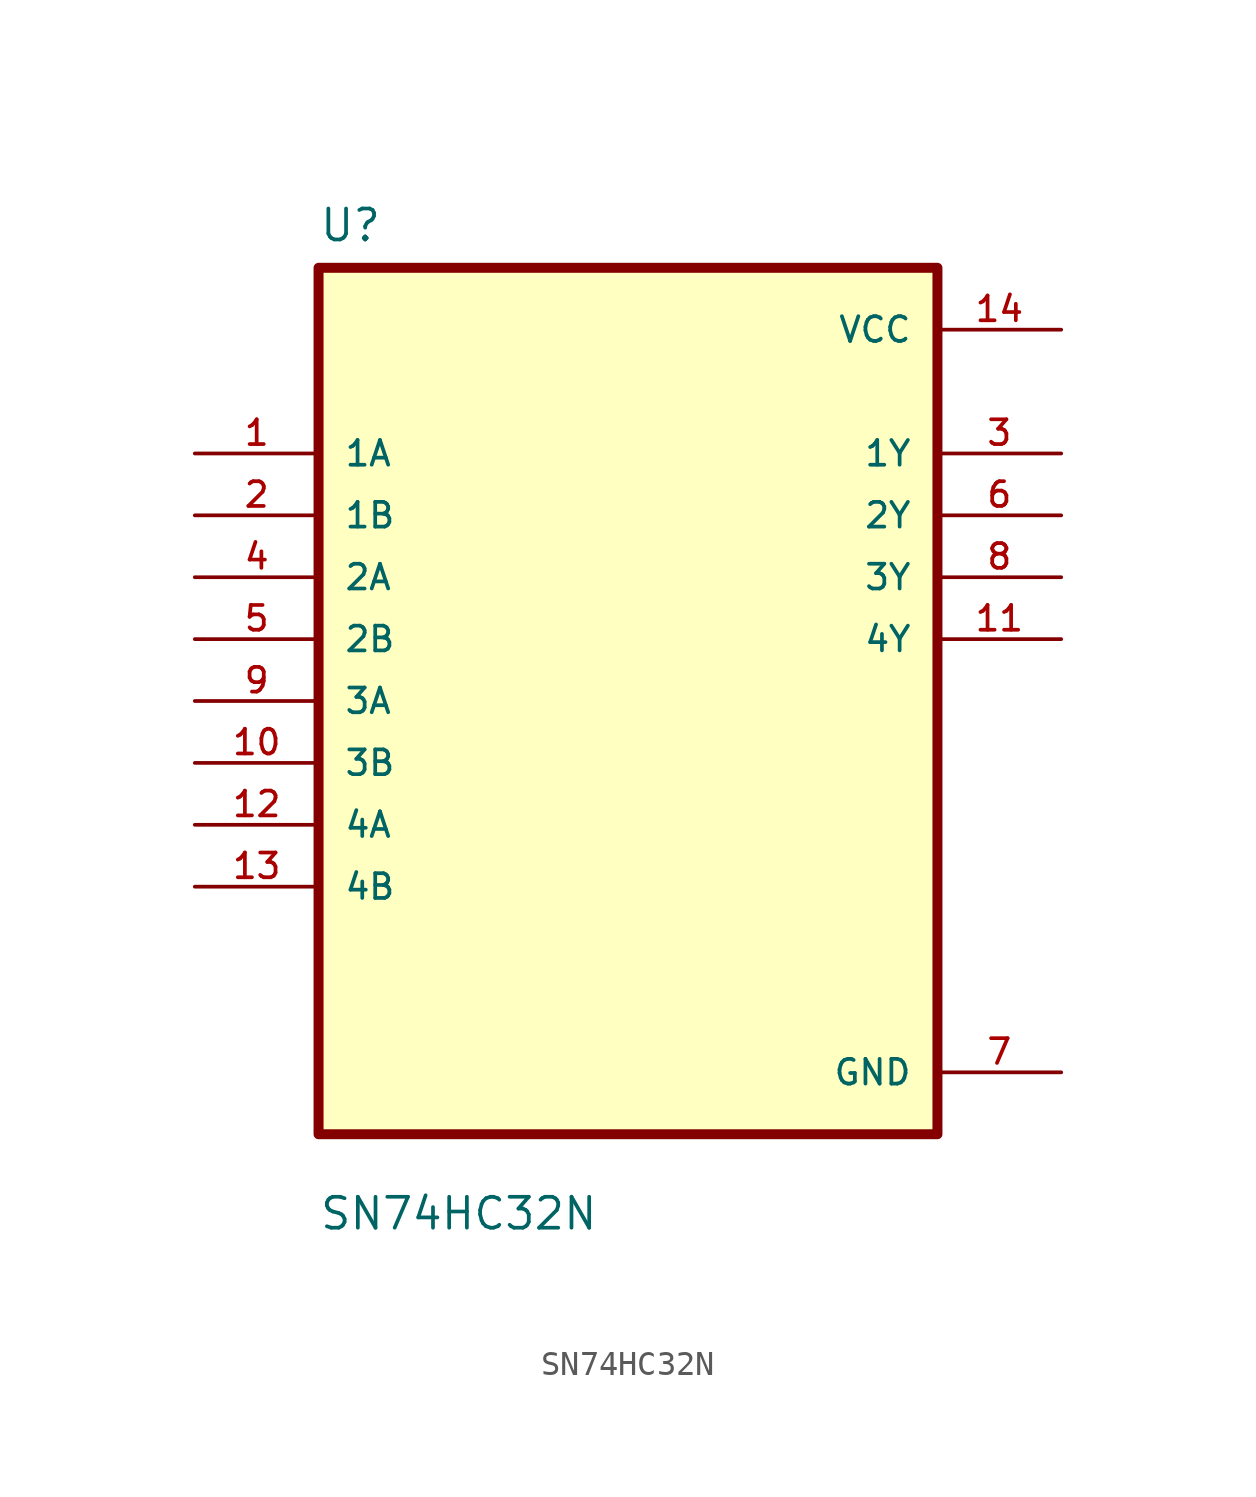
<source format=kicad_sym>
(kicad_symbol_lib
  (version 20211014)
  (generator kicad_symbol_editor)
  (symbol "SN74HC32N"
    (pin_names
      (offset 1.016))
    (property "Reference" "U"
      (at -12.7 18.78 0.0)
      (effects (font (size 1.27 1.27)) (justify bottom left)))
    (property "Value" "SN74HC32N"
      (at -12.7 -21.78 0.0)
      (effects (font (size 1.27 1.27)) (justify bottom left)))
    (symbol "SN74HC32N_0_0"
      (rectangle (start -12.7 -17.78) (end 12.7 17.78) (stroke (width 0.41)) (fill (type background)))
      (pin input line (at -17.78 10.16 0) (length 5.08) (name "1A" (effects (font (size 1.016 1.016)))) (number "1" (effects (font (size 1.016 1.016)))))
      (pin input line (at -17.78 7.62 0) (length 5.08) (name "1B" (effects (font (size 1.016 1.016)))) (number "2" (effects (font (size 1.016 1.016)))))
      (pin input line (at -17.78 5.08 0) (length 5.08) (name "2A" (effects (font (size 1.016 1.016)))) (number "4" (effects (font (size 1.016 1.016)))))
      (pin input line (at -17.78 2.54 0) (length 5.08) (name "2B" (effects (font (size 1.016 1.016)))) (number "5" (effects (font (size 1.016 1.016)))))
      (pin input line (at -17.78 0.0 0) (length 5.08) (name "3A" (effects (font (size 1.016 1.016)))) (number "9" (effects (font (size 1.016 1.016)))))
      (pin input line (at -17.78 -2.54 0) (length 5.08) (name "3B" (effects (font (size 1.016 1.016)))) (number "10" (effects (font (size 1.016 1.016)))))
      (pin input line (at -17.78 -5.08 0) (length 5.08) (name "4A" (effects (font (size 1.016 1.016)))) (number "12" (effects (font (size 1.016 1.016)))))
      (pin input line (at -17.78 -7.62 0) (length 5.08) (name "4B" (effects (font (size 1.016 1.016)))) (number "13" (effects (font (size 1.016 1.016)))))
      (pin power_in line (at 17.78 15.24 180.0) (length 5.08) (name "VCC" (effects (font (size 1.016 1.016)))) (number "14" (effects (font (size 1.016 1.016)))))
      (pin output line (at 17.78 10.16 180.0) (length 5.08) (name "1Y" (effects (font (size 1.016 1.016)))) (number "3" (effects (font (size 1.016 1.016)))))
      (pin output line (at 17.78 7.62 180.0) (length 5.08) (name "2Y" (effects (font (size 1.016 1.016)))) (number "6" (effects (font (size 1.016 1.016)))))
      (pin output line (at 17.78 5.08 180.0) (length 5.08) (name "3Y" (effects (font (size 1.016 1.016)))) (number "8" (effects (font (size 1.016 1.016)))))
      (pin output line (at 17.78 2.54 180.0) (length 5.08) (name "4Y" (effects (font (size 1.016 1.016)))) (number "11" (effects (font (size 1.016 1.016)))))
      (pin power_in line (at 17.78 -15.24 180.0) (length 5.08) (name "GND" (effects (font (size 1.016 1.016)))) (number "7" (effects (font (size 1.016 1.016))))))))
</source>
